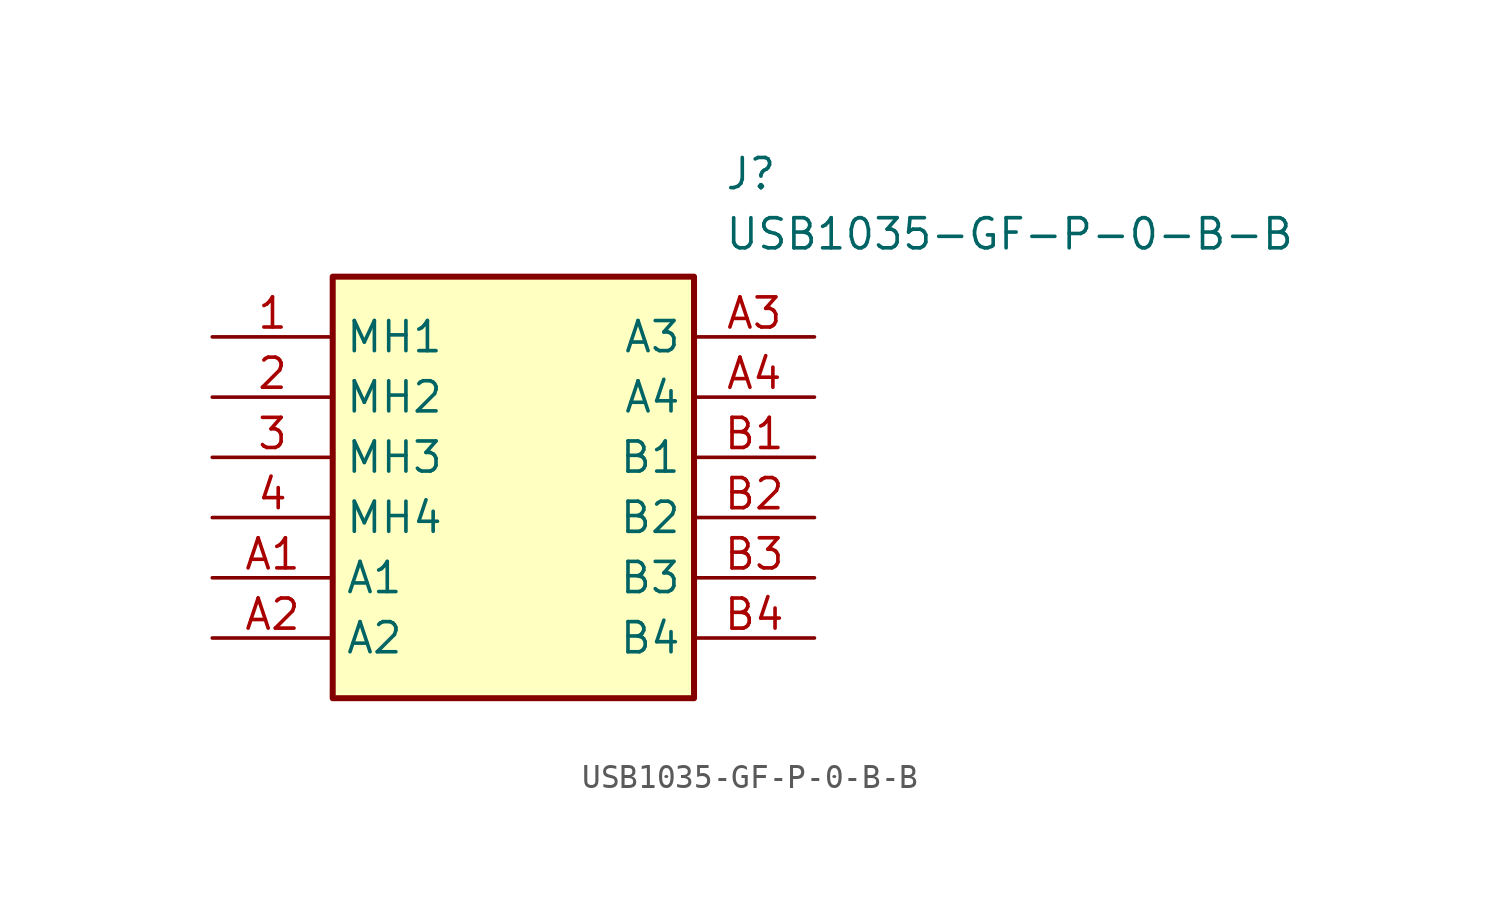
<source format=kicad_sym>
(kicad_symbol_lib
  (version 20211014)
  (generator SamacSys_ECAD_Model)
  (symbol "USB1035-GF-P-0-B-B"
    (property "Reference" "J"
      (at 21.59 7.62 0)
      (effects (font (size 1.27 1.27)) (justify left top)))
    (property "Value" "USB1035-GF-P-0-B-B"
      (at 21.59 5.08 0)
      (effects (font (size 1.27 1.27)) (justify left top)))
    (rectangle
      (start 5.08 2.54)
      (end 20.32 -15.24)
      (stroke (width 0.254) (type default))
      (fill (type background)))
    (pin passive line
      (at 0 0 0)
      (length 5.08)
      (name "MH1" (effects (font (size 1.27 1.27))))
      (number "1" (effects (font (size 1.27 1.27)))))
    (pin passive line
      (at 0 -2.54 0)
      (length 5.08)
      (name "MH2" (effects (font (size 1.27 1.27))))
      (number "2" (effects (font (size 1.27 1.27)))))
    (pin passive line
      (at 0 -5.08 0)
      (length 5.08)
      (name "MH3" (effects (font (size 1.27 1.27))))
      (number "3" (effects (font (size 1.27 1.27)))))
    (pin passive line
      (at 0 -7.62 0)
      (length 5.08)
      (name "MH4" (effects (font (size 1.27 1.27))))
      (number "4" (effects (font (size 1.27 1.27)))))
    (pin passive line
      (at 0 -10.16 0)
      (length 5.08)
      (name "A1" (effects (font (size 1.27 1.27))))
      (number "A1" (effects (font (size 1.27 1.27)))))
    (pin passive line
      (at 0 -12.7 0)
      (length 5.08)
      (name "A2" (effects (font (size 1.27 1.27))))
      (number "A2" (effects (font (size 1.27 1.27)))))
    (pin passive line
      (at 25.4 0 180)
      (length 5.08)
      (name "A3" (effects (font (size 1.27 1.27))))
      (number "A3" (effects (font (size 1.27 1.27)))))
    (pin passive line
      (at 25.4 -2.54 180)
      (length 5.08)
      (name "A4" (effects (font (size 1.27 1.27))))
      (number "A4" (effects (font (size 1.27 1.27)))))
    (pin passive line
      (at 25.4 -5.08 180)
      (length 5.08)
      (name "B1" (effects (font (size 1.27 1.27))))
      (number "B1" (effects (font (size 1.27 1.27)))))
    (pin passive line
      (at 25.4 -7.62 180)
      (length 5.08)
      (name "B2" (effects (font (size 1.27 1.27))))
      (number "B2" (effects (font (size 1.27 1.27)))))
    (pin passive line
      (at 25.4 -10.16 180)
      (length 5.08)
      (name "B3" (effects (font (size 1.27 1.27))))
      (number "B3" (effects (font (size 1.27 1.27)))))
    (pin passive line
      (at 25.4 -12.7 180)
      (length 5.08)
      (name "B4" (effects (font (size 1.27 1.27))))
      (number "B4" (effects (font (size 1.27 1.27)))))))
</source>
